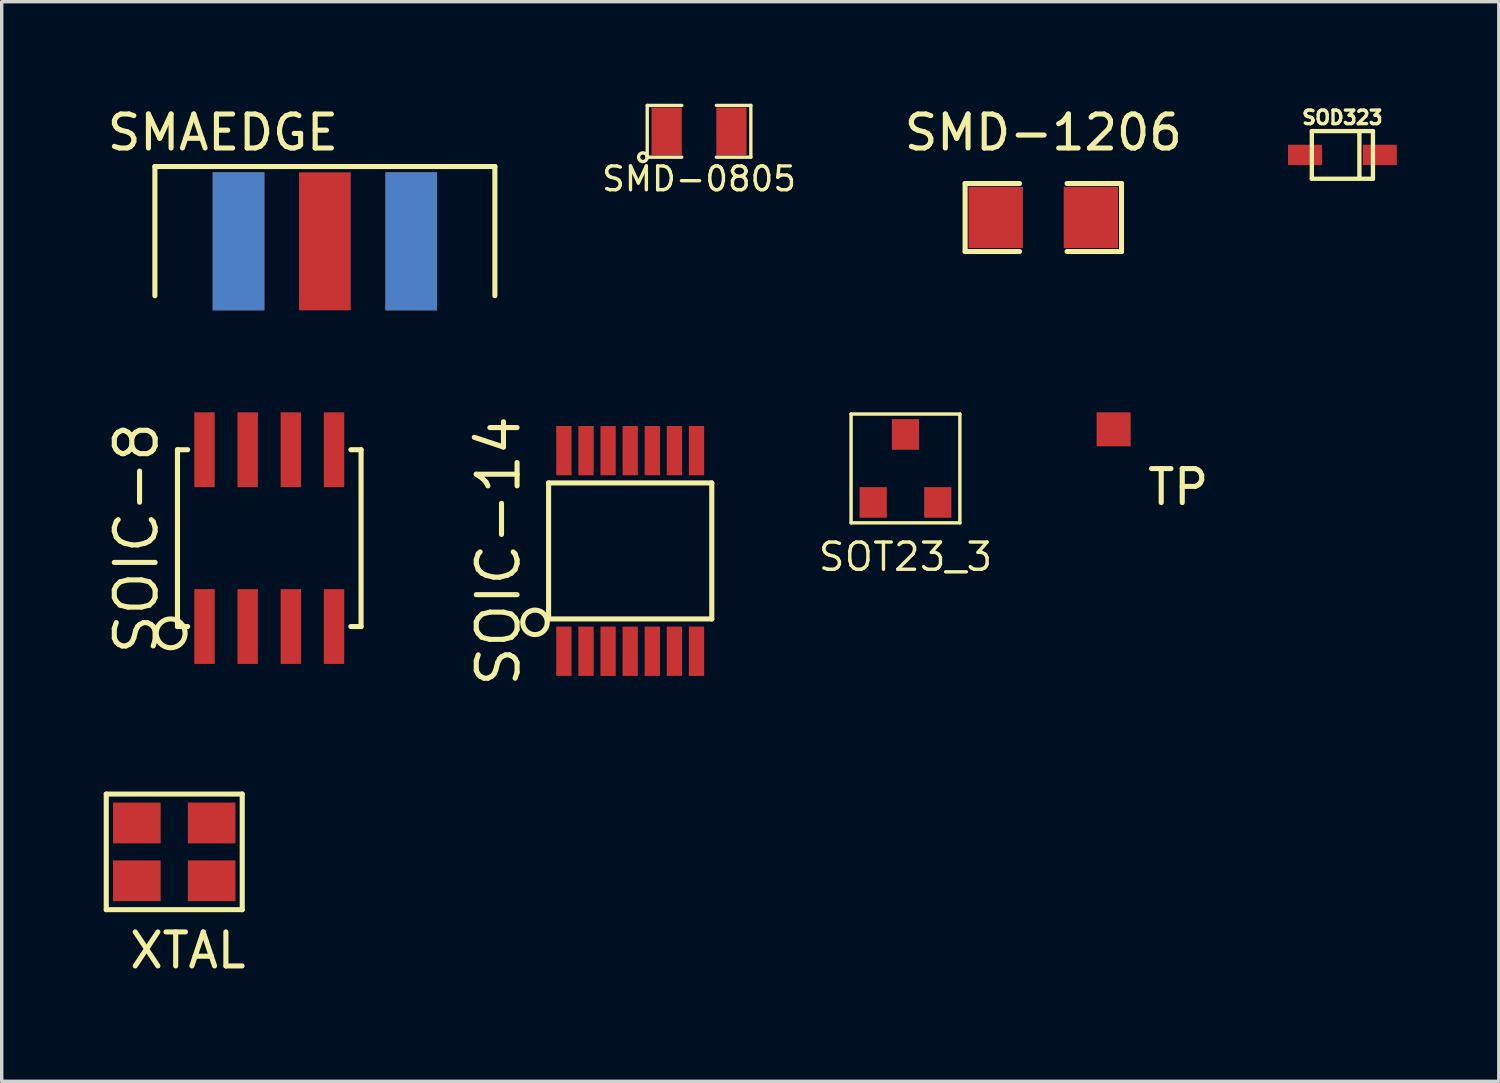
<source format=kicad_pcb>
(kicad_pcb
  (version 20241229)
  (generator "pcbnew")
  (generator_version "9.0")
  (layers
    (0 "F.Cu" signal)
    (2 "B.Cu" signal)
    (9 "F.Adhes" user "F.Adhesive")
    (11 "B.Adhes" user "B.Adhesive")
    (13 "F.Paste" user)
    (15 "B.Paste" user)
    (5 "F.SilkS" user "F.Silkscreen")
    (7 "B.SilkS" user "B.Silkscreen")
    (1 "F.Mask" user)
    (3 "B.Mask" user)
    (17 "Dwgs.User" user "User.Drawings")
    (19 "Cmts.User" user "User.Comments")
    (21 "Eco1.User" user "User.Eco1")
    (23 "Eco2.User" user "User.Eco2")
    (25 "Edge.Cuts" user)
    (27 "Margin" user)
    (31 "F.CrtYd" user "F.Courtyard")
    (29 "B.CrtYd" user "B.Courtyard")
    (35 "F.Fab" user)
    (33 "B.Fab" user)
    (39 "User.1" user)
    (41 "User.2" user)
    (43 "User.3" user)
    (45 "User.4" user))
  (footprint "SOD323"
    (layer "F.Cu")
    (at 36.434 1.507)
    (property "Reference" "SOD323" (at 0 -1.1 0) (layer "F.SilkS") (effects (font (size 0.399 0.399) (thickness 0.099))))
    (attr through_hole)
    (fp_line (start -0.899 -0.701) (end -0.899 0.701) (stroke (width 0.127) (type solid)) (layer "F.SilkS"))
    (fp_line (start -0.899 0.701) (end 0.899 0.701) (stroke (width 0.127) (type solid)) (layer "F.SilkS"))
    (fp_line (start 0.5 -0.701) (end 0.5 0.701) (stroke (width 0.127) (type solid)) (layer "F.SilkS"))
    (fp_line (start 0.899 -0.701) (end -0.899 -0.701) (stroke (width 0.127) (type solid)) (layer "F.SilkS"))
    (fp_line (start 0.899 0.701) (end 0.899 -0.701) (stroke (width 0.127) (type solid)) (layer "F.SilkS"))
    (pad "1" smd rect (at -1.1 0) (size 1.001 0.599) (layers "F.Cu" "F.Mask" "F.Paste"))
    (pad "2" smd rect (at 1.1 0) (size 1.001 0.599) (layers "F.Cu" "F.Mask" "F.Paste")))
  (footprint "SOIC-8"
    (layer "F.Cu")
    (at 4.87 12.778)
    (property "Reference" "SOIC-8" (at -3.905 0 90) (layer "F.SilkS") (effects (font (size 1.2 1.2) (thickness 0.15))))
    (attr through_hole)
    (fp_line (start -2.7 -2.6) (end -2.7 2.6) (stroke (width 0.15) (type solid)) (layer "F.SilkS"))
    (fp_line (start -2.7 2.6) (end -2.4 2.6) (stroke (width 0.15) (type solid)) (layer "F.SilkS"))
    (fp_line (start -2.4 -2.6) (end -2.7 -2.6) (stroke (width 0.15) (type solid)) (layer "F.SilkS"))
    (fp_line (start 2.4 2.6) (end 2.7 2.6) (stroke (width 0.15) (type solid)) (layer "F.SilkS"))
    (fp_line (start 2.7 -2.6) (end 2.4 -2.6) (stroke (width 0.15) (type solid)) (layer "F.SilkS"))
    (fp_line (start 2.7 2.6) (end 2.7 -2.6) (stroke (width 0.15) (type solid)) (layer "F.SilkS"))
    (fp_circle (center -2.9 2.8) (end -2.6 3.1) (stroke (width 0.15) (type solid)) (fill no) (layer "F.SilkS"))
    (pad "1" smd rect (at -1.905 2.6) (size 0.6 2.2) (layers "F.Cu" "F.Mask" "F.Paste"))
    (pad "2" smd rect (at -0.635 2.6) (size 0.6 2.2) (layers "F.Cu" "F.Mask" "F.Paste"))
    (pad "3" smd rect (at 0.635 2.6) (size 0.6 2.2) (layers "F.Cu" "F.Mask" "F.Paste"))
    (pad "4" smd rect (at 1.905 2.6) (size 0.6 2.2) (layers "F.Cu" "F.Mask" "F.Paste"))
    (pad "5" smd rect (at 1.905 -2.6) (size 0.6 2.2) (layers "F.Cu" "F.Mask" "F.Paste"))
    (pad "6" smd rect (at 0.635 -2.6) (size 0.6 2.2) (layers "F.Cu" "F.Mask" "F.Paste"))
    (pad "7" smd rect (at -0.635 -2.6) (size 0.6 2.2) (layers "F.Cu" "F.Mask" "F.Paste"))
    (pad "8" smd rect (at -1.905 -2.6) (size 0.6 2.2) (layers "F.Cu" "F.Mask" "F.Paste")))
  (footprint "SOT23_3"
    (layer "F.Cu")
    (at 23.583 11.728)
    (property "Reference" "SOT23_3" (at 0 1.6 0) (layer "F.SilkS") (effects (font (size 0.8 0.8) (thickness 0.1))))
    (attr through_hole)
    (fp_line (start -1.6 -2.6) (end -1.6 0.6) (stroke (width 0.1) (type solid)) (layer "F.SilkS"))
    (fp_line (start -1.6 0.6) (end 1.6 0.6) (stroke (width 0.1) (type solid)) (layer "F.SilkS"))
    (fp_line (start 1.6 -2.6) (end -1.6 -2.6) (stroke (width 0.1) (type solid)) (layer "F.SilkS"))
    (fp_line (start 1.6 0.6) (end 1.6 -2.6) (stroke (width 0.1) (type solid)) (layer "F.SilkS"))
    (pad "1" smd rect (at -0.95 0) (size 0.8 0.9) (layers "F.Cu" "F.Mask" "F.Paste"))
    (pad "2" smd rect (at 0 -2) (size 0.8 0.9) (layers "F.Cu" "F.Mask" "F.Paste"))
    (pad "3" smd rect (at 0.95 0) (size 0.8 0.9) (layers "F.Cu" "F.Mask" "F.Paste")))
  (footprint "SMD-1206"
    (layer "F.Cu")
    (at 27.637 3.348)
    (property "Reference" "SMD-1206" (at 0 -2.5 0) (layer "F.SilkS") (effects (font (size 1 1) (thickness 0.15))))
    (attr smd)
    (fp_line (start -2.3 -1) (end -2.3 1) (stroke (width 0.15) (type solid)) (layer "F.SilkS"))
    (fp_line (start -2.3 1) (end -0.7 1) (stroke (width 0.15) (type solid)) (layer "F.SilkS"))
    (fp_line (start -0.7 -1) (end -2.3 -1) (stroke (width 0.15) (type solid)) (layer "F.SilkS"))
    (fp_line (start 0.7 1) (end 2.3 1) (stroke (width 0.15) (type solid)) (layer "F.SilkS"))
    (fp_line (start 2.3 -1) (end 0.7 -1) (stroke (width 0.15) (type solid)) (layer "F.SilkS"))
    (fp_line (start 2.3 1) (end 2.3 -1) (stroke (width 0.15) (type solid)) (layer "F.SilkS"))
    (pad "1" smd rect (at -1.4 0) (size 1.6 1.8) (layers "F.Cu" "F.Mask" "F.Paste"))
    (pad "2" smd rect (at 1.4 0) (size 1.6 1.8) (layers "F.Cu" "F.Mask" "F.Paste")))
  (footprint "XTAL"
    (layer "F.Cu")
    (at 2.075 22.006)
    (property "Reference" "XTAL" (at 0.4 2.9 0) (layer "F.SilkS") (effects (font (size 1 1) (thickness 0.15))))
    (attr through_hole)
    (fp_line (start -2 -1.7) (end 2 -1.7) (stroke (width 0.15) (type solid)) (layer "F.SilkS"))
    (fp_line (start -2 1.7) (end -2 -1.7) (stroke (width 0.15) (type solid)) (layer "F.SilkS"))
    (fp_line (start 2 -1.7) (end 2 1.7) (stroke (width 0.15) (type solid)) (layer "F.SilkS"))
    (fp_line (start 2 1.7) (end -2 1.7) (stroke (width 0.15) (type solid)) (layer "F.SilkS"))
    (pad "1" smd rect (at -1.1 0.85) (size 1.4 1.2) (layers "F.Cu" "F.Mask" "F.Paste"))
    (pad "2" smd rect (at 1.1 -0.85) (size 1.4 1.2) (layers "F.Cu" "F.Mask" "F.Paste"))
    (pad "3" smd rect (at -1.1 -0.85) (size 1.4 1.2) (layers "F.Cu" "F.Mask" "F.Paste"))
    (pad "3" smd rect (at 1.1 0.85) (size 1.4 1.2) (layers "F.Cu" "F.Mask" "F.Paste")))
  (footprint "SOIC-14"
    (layer "F.Cu")
    (at 15.486 13.155)
    (property "Reference" "SOIC-14" (at -3.875 0 90) (layer "F.SilkS") (effects (font (size 1.2 1.2) (thickness 0.15))))
    (attr through_hole)
    (fp_line (start -2.4 -2) (end -2.4 2) (stroke (width 0.15) (type solid)) (layer "F.SilkS"))
    (fp_line (start -2.4 2) (end 2.4 2) (stroke (width 0.15) (type solid)) (layer "F.SilkS"))
    (fp_line (start 2.4 -2) (end -2.4 -2) (stroke (width 0.15) (type solid)) (layer "F.SilkS"))
    (fp_line (start 2.4 2) (end 2.4 -2) (stroke (width 0.15) (type solid)) (layer "F.SilkS"))
    (fp_circle (center -2.8 2.1) (end -3 1.8) (stroke (width 0.15) (type solid)) (fill no) (layer "F.SilkS"))
    (pad "1" smd rect (at -1.95 2.95) (size 0.45 1.45) (layers "F.Cu" "F.Mask" "F.Paste"))
    (pad "2" smd rect (at -1.3 2.95) (size 0.45 1.45) (layers "F.Cu" "F.Mask" "F.Paste"))
    (pad "3" smd rect (at -0.65 2.95) (size 0.45 1.45) (layers "F.Cu" "F.Mask" "F.Paste"))
    (pad "4" smd rect (at 0 2.95) (size 0.45 1.45) (layers "F.Cu" "F.Mask" "F.Paste"))
    (pad "5" smd rect (at 0.65 2.95) (size 0.45 1.45) (layers "F.Cu" "F.Mask" "F.Paste"))
    (pad "6" smd rect (at 1.3 2.95) (size 0.45 1.45) (layers "F.Cu" "F.Mask" "F.Paste"))
    (pad "7" smd rect (at 1.95 2.95) (size 0.45 1.45) (layers "F.Cu" "F.Mask" "F.Paste"))
    (pad "8" smd rect (at 1.95 -2.95) (size 0.45 1.45) (layers "F.Cu" "F.Mask" "F.Paste"))
    (pad "9" smd rect (at 1.3 -2.95) (size 0.45 1.45) (layers "F.Cu" "F.Mask" "F.Paste"))
    (pad "10" smd rect (at 0.65 -2.95) (size 0.45 1.45) (layers "F.Cu" "F.Mask" "F.Paste"))
    (pad "11" smd rect (at 0 -2.95) (size 0.45 1.45) (layers "F.Cu" "F.Mask" "F.Paste"))
    (pad "12" smd rect (at -0.65 -2.95) (size 0.45 1.45) (layers "F.Cu" "F.Mask" "F.Paste"))
    (pad "13" smd rect (at -1.3 -2.95) (size 0.45 1.45) (layers "F.Cu" "F.Mask" "F.Paste"))
    (pad "14" smd rect (at -1.95 -2.95) (size 0.45 1.45) (layers "F.Cu" "F.Mask" "F.Paste")))
  (footprint "SMD-0805"
    (layer "F.Cu")
    (at 17.511 0.812)
    (property "Reference" "SMD-0805" (at 0 1.4 0) (layer "F.SilkS") (effects (font (size 0.7 0.7) (thickness 0.1))))
    (attr smd)
    (fp_line (start -1.524 -0.762) (end -0.508 -0.762) (stroke (width 0.099) (type solid)) (layer "F.SilkS"))
    (fp_line (start -1.524 0.762) (end -1.524 -0.762) (stroke (width 0.099) (type solid)) (layer "F.SilkS"))
    (fp_line (start -0.508 0.762) (end -1.524 0.762) (stroke (width 0.099) (type solid)) (layer "F.SilkS"))
    (fp_line (start 0.508 -0.762) (end 1.524 -0.762) (stroke (width 0.099) (type solid)) (layer "F.SilkS"))
    (fp_line (start 1.524 -0.762) (end 1.524 0.762) (stroke (width 0.099) (type solid)) (layer "F.SilkS"))
    (fp_line (start 1.524 0.762) (end 0.508 0.762) (stroke (width 0.099) (type solid)) (layer "F.SilkS"))
    (fp_circle (center -1.651 0.762) (end -1.651 0.635) (stroke (width 0.099) (type solid)) (fill no) (layer "F.SilkS"))
    (pad "1" smd rect (at -0.953 0) (size 0.889 1.397) (layers "F.Cu" "F.Mask" "F.Paste"))
    (pad "2" smd rect (at 0.953 0) (size 0.889 1.397) (layers "F.Cu" "F.Mask" "F.Paste")))
  (footprint "SMAEDGE"
    (layer "F.Cu")
    (at 6.506 4.048)
    (property "Reference" "SMAEDGE" (at -3 -3.2 0) (layer "F.SilkS") (effects (font (size 1 1) (thickness 0.15))))
    (attr through_hole)
    (fp_line (start -5 -2.2) (end 5 -2.2) (stroke (width 0.15) (type solid)) (layer "F.SilkS"))
    (fp_line (start -5 1.6) (end -5 -2.2) (stroke (width 0.15) (type solid)) (layer "F.SilkS"))
    (fp_line (start 5 -2.2) (end 5 1.6) (stroke (width 0.15) (type solid)) (layer "F.SilkS"))
    (pad "1" smd rect (at 0 0) (size 1.52 4.06) (layers "F.Cu" "F.Mask" "F.Paste"))
    (pad "2" smd rect (at -2.54 0) (size 1.52 4.06) (layers "F.Cu" "F.Mask" "F.Paste"))
    (pad "2" smd rect (at -2.54 0) (size 1.52 4.06) (layers "B.Cu" "B.Mask" "B.Paste"))
    (pad "2" smd rect (at 2.54 0) (size 1.52 4.06) (layers "F.Cu" "F.Mask" "F.Paste"))
    (pad "2" smd rect (at 2.54 0) (size 1.52 4.06) (layers "B.Cu" "B.Mask" "B.Paste")))
  (footprint "TP"
    (layer "F.Cu")
    (at 29.705 9.578)
    (property "Reference" "TP" (at 1.9 1.7 0) (layer "F.SilkS") (effects (font (size 1 1) (thickness 0.15))))
    (attr through_hole)
    (pad "1" smd rect (at 0 0) (size 1 1) (layers "F.Cu" "F.Mask" "F.Paste")))
  (gr_rect
    (start -3 -3)
    (end 41.034 28.754)
    (stroke (width 0.1) (type default))
    (fill no)
    (layer "Edge.Cuts")))
</source>
